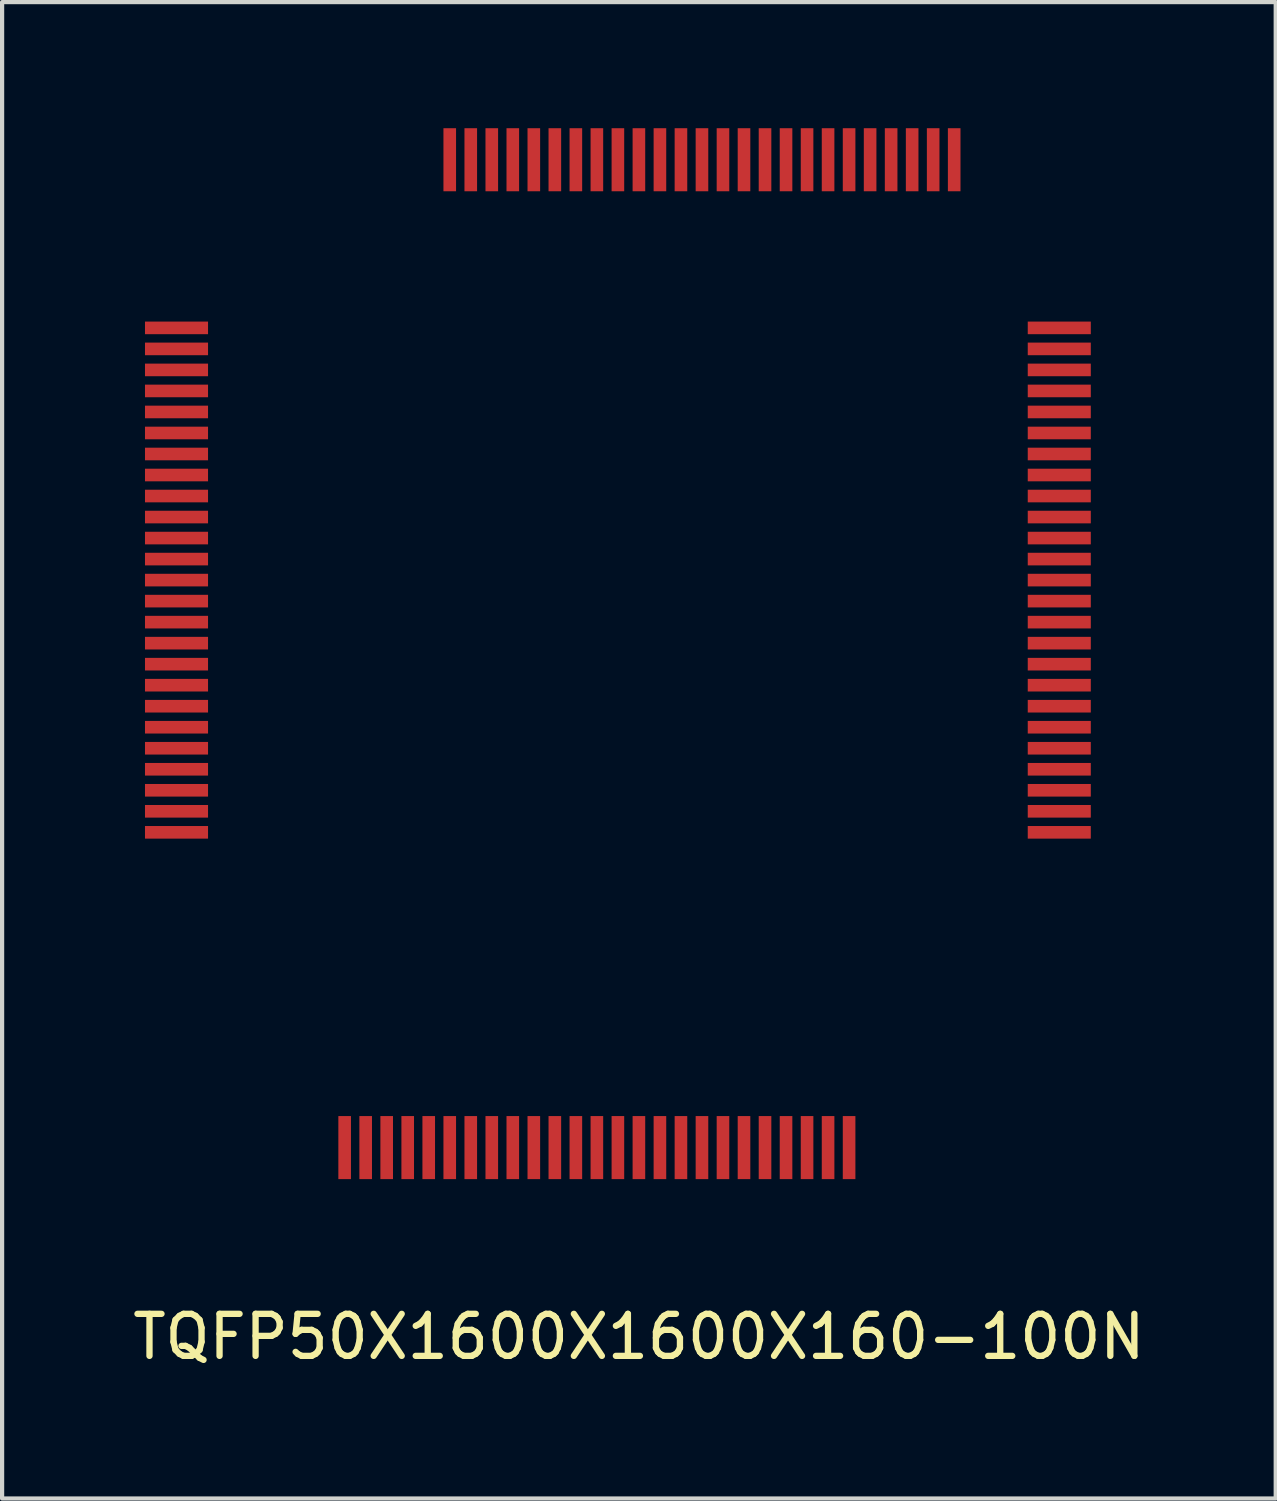
<source format=kicad_pcb>
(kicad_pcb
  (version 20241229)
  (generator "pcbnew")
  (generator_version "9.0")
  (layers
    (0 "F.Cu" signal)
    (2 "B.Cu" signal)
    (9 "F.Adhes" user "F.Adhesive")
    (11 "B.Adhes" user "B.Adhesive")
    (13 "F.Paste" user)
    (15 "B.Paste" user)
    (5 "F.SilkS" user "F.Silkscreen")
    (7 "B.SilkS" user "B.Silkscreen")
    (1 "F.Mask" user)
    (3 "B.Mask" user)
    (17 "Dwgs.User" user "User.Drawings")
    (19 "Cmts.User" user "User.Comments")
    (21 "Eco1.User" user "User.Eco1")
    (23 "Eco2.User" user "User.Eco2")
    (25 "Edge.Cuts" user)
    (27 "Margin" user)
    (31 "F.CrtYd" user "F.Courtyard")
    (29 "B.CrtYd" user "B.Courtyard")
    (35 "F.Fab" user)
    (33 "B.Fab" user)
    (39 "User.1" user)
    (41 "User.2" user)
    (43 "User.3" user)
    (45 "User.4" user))
  (footprint "TQFP50X1600X1600X160-100N"
    (layer "F.Cu")
    (at 13.149 19.75)
    (property "Reference" "TQFP50X1600X1600X160-100N" (at -1 9 0) (layer "F.SilkS") (effects (font (size 1 1) (thickness 0.15))))
    (attr through_hole)
    (pad "1" smd rect (at -12 -15 90) (size 0.3 1.5) (layers "F.Cu" "F.Mask" "F.Paste"))
    (pad "2" smd rect (at -12 -14.5 90) (size 0.3 1.5) (layers "F.Cu" "F.Mask" "F.Paste"))
    (pad "3" smd rect (at -12 -14 90) (size 0.3 1.5) (layers "F.Cu" "F.Mask" "F.Paste"))
    (pad "4" smd rect (at -12 -13.5 90) (size 0.3 1.5) (layers "F.Cu" "F.Mask" "F.Paste"))
    (pad "5" smd rect (at -12 -13 90) (size 0.3 1.5) (layers "F.Cu" "F.Mask" "F.Paste"))
    (pad "6" smd rect (at -12 -12.5 90) (size 0.3 1.5) (layers "F.Cu" "F.Mask" "F.Paste"))
    (pad "7" smd rect (at -12 -12 90) (size 0.3 1.5) (layers "F.Cu" "F.Mask" "F.Paste"))
    (pad "8" smd rect (at -12 -11.5 90) (size 0.3 1.5) (layers "F.Cu" "F.Mask" "F.Paste"))
    (pad "9" smd rect (at -12 -11 90) (size 0.3 1.5) (layers "F.Cu" "F.Mask" "F.Paste"))
    (pad "10" smd rect (at -12 -10.5 90) (size 0.3 1.5) (layers "F.Cu" "F.Mask" "F.Paste"))
    (pad "11" smd rect (at -12 -10 90) (size 0.3 1.5) (layers "F.Cu" "F.Mask" "F.Paste"))
    (pad "12" smd rect (at -12 -9.5 90) (size 0.3 1.5) (layers "F.Cu" "F.Mask" "F.Paste"))
    (pad "13" smd rect (at -12 -9 90) (size 0.3 1.5) (layers "F.Cu" "F.Mask" "F.Paste"))
    (pad "14" smd rect (at -12 -8.5 90) (size 0.3 1.5) (layers "F.Cu" "F.Mask" "F.Paste"))
    (pad "15" smd rect (at -12 -8 90) (size 0.3 1.5) (layers "F.Cu" "F.Mask" "F.Paste"))
    (pad "16" smd rect (at -12 -7.5 90) (size 0.3 1.5) (layers "F.Cu" "F.Mask" "F.Paste"))
    (pad "17" smd rect (at -12 -7 90) (size 0.3 1.5) (layers "F.Cu" "F.Mask" "F.Paste"))
    (pad "18" smd rect (at -12 -6.5 90) (size 0.3 1.5) (layers "F.Cu" "F.Mask" "F.Paste"))
    (pad "19" smd rect (at -12 -6 90) (size 0.3 1.5) (layers "F.Cu" "F.Mask" "F.Paste"))
    (pad "20" smd rect (at -12 -5.5 90) (size 0.3 1.5) (layers "F.Cu" "F.Mask" "F.Paste"))
    (pad "21" smd rect (at -12 -5 90) (size 0.3 1.5) (layers "F.Cu" "F.Mask" "F.Paste"))
    (pad "22" smd rect (at -12 -4.5 90) (size 0.3 1.5) (layers "F.Cu" "F.Mask" "F.Paste"))
    (pad "23" smd rect (at -12 -4 90) (size 0.3 1.5) (layers "F.Cu" "F.Mask" "F.Paste"))
    (pad "24" smd rect (at -12 -3.5 90) (size 0.3 1.5) (layers "F.Cu" "F.Mask" "F.Paste"))
    (pad "25" smd rect (at -12 -3 90) (size 0.3 1.5) (layers "F.Cu" "F.Mask" "F.Paste"))
    (pad "26" smd rect (at -8 4.5) (size 0.3 1.5) (layers "F.Cu" "F.Mask" "F.Paste"))
    (pad "27" smd rect (at -7.5 4.5) (size 0.3 1.5) (layers "F.Cu" "F.Mask" "F.Paste"))
    (pad "28" smd rect (at -7 4.5) (size 0.3 1.5) (layers "F.Cu" "F.Mask" "F.Paste"))
    (pad "29" smd rect (at -6.5 4.5) (size 0.3 1.5) (layers "F.Cu" "F.Mask" "F.Paste"))
    (pad "30" smd rect (at -6 4.5) (size 0.3 1.5) (layers "F.Cu" "F.Mask" "F.Paste"))
    (pad "31" smd rect (at -5.5 4.5) (size 0.3 1.5) (layers "F.Cu" "F.Mask" "F.Paste"))
    (pad "32" smd rect (at -5 4.5) (size 0.3 1.5) (layers "F.Cu" "F.Mask" "F.Paste"))
    (pad "33" smd rect (at -4.5 4.5) (size 0.3 1.5) (layers "F.Cu" "F.Mask" "F.Paste"))
    (pad "34" smd rect (at -4 4.5) (size 0.3 1.5) (layers "F.Cu" "F.Mask" "F.Paste"))
    (pad "35" smd rect (at -3.5 4.5) (size 0.3 1.5) (layers "F.Cu" "F.Mask" "F.Paste"))
    (pad "36" smd rect (at -3 4.5) (size 0.3 1.5) (layers "F.Cu" "F.Mask" "F.Paste"))
    (pad "37" smd rect (at -2.5 4.5) (size 0.3 1.5) (layers "F.Cu" "F.Mask" "F.Paste"))
    (pad "38" smd rect (at -2 4.5) (size 0.3 1.5) (layers "F.Cu" "F.Mask" "F.Paste"))
    (pad "39" smd rect (at -1.5 4.5) (size 0.3 1.5) (layers "F.Cu" "F.Mask" "F.Paste"))
    (pad "40" smd rect (at -1 4.5) (size 0.3 1.5) (layers "F.Cu" "F.Mask" "F.Paste"))
    (pad "41" smd rect (at -0.5 4.5) (size 0.3 1.5) (layers "F.Cu" "F.Mask" "F.Paste"))
    (pad "42" smd rect (at 0 4.5) (size 0.3 1.5) (layers "F.Cu" "F.Mask" "F.Paste"))
    (pad "43" smd rect (at 0.5 4.5) (size 0.3 1.5) (layers "F.Cu" "F.Mask" "F.Paste"))
    (pad "44" smd rect (at 1 4.5) (size 0.3 1.5) (layers "F.Cu" "F.Mask" "F.Paste"))
    (pad "45" smd rect (at 1.5 4.5) (size 0.3 1.5) (layers "F.Cu" "F.Mask" "F.Paste"))
    (pad "46" smd rect (at 2 4.5) (size 0.3 1.5) (layers "F.Cu" "F.Mask" "F.Paste"))
    (pad "47" smd rect (at 2.5 4.5) (size 0.3 1.5) (layers "F.Cu" "F.Mask" "F.Paste"))
    (pad "48" smd rect (at 3 4.5) (size 0.3 1.5) (layers "F.Cu" "F.Mask" "F.Paste"))
    (pad "49" smd rect (at 3.5 4.5) (size 0.3 1.5) (layers "F.Cu" "F.Mask" "F.Paste"))
    (pad "50" smd rect (at 4 4.5) (size 0.3 1.5) (layers "F.Cu" "F.Mask" "F.Paste"))
    (pad "51" smd rect (at 9 -3 90) (size 0.3 1.5) (layers "F.Cu" "F.Mask" "F.Paste"))
    (pad "52" smd rect (at 9 -3.5 90) (size 0.3 1.5) (layers "F.Cu" "F.Mask" "F.Paste"))
    (pad "53" smd rect (at 9 -4 90) (size 0.3 1.5) (layers "F.Cu" "F.Mask" "F.Paste"))
    (pad "54" smd rect (at 9 -4.5 90) (size 0.3 1.5) (layers "F.Cu" "F.Mask" "F.Paste"))
    (pad "55" smd rect (at 9 -5 90) (size 0.3 1.5) (layers "F.Cu" "F.Mask" "F.Paste"))
    (pad "56" smd rect (at 9 -5.5 90) (size 0.3 1.5) (layers "F.Cu" "F.Mask" "F.Paste"))
    (pad "57" smd rect (at 9 -6 90) (size 0.3 1.5) (layers "F.Cu" "F.Mask" "F.Paste"))
    (pad "58" smd rect (at 9 -6.5 90) (size 0.3 1.5) (layers "F.Cu" "F.Mask" "F.Paste"))
    (pad "59" smd rect (at 9 -7 90) (size 0.3 1.5) (layers "F.Cu" "F.Mask" "F.Paste"))
    (pad "60" smd rect (at 9 -7.5 90) (size 0.3 1.5) (layers "F.Cu" "F.Mask" "F.Paste"))
    (pad "61" smd rect (at 9 -8 90) (size 0.3 1.5) (layers "F.Cu" "F.Mask" "F.Paste"))
    (pad "62" smd rect (at 9 -8.5 90) (size 0.3 1.5) (layers "F.Cu" "F.Mask" "F.Paste"))
    (pad "63" smd rect (at 9 -9 90) (size 0.3 1.5) (layers "F.Cu" "F.Mask" "F.Paste"))
    (pad "64" smd rect (at 9 -9.5 90) (size 0.3 1.5) (layers "F.Cu" "F.Mask" "F.Paste"))
    (pad "65" smd rect (at 9 -10 90) (size 0.3 1.5) (layers "F.Cu" "F.Mask" "F.Paste"))
    (pad "66" smd rect (at 9 -10.5 90) (size 0.3 1.5) (layers "F.Cu" "F.Mask" "F.Paste"))
    (pad "67" smd rect (at 9 -11 90) (size 0.3 1.5) (layers "F.Cu" "F.Mask" "F.Paste"))
    (pad "68" smd rect (at 9 -11.5 90) (size 0.3 1.5) (layers "F.Cu" "F.Mask" "F.Paste"))
    (pad "69" smd rect (at 9 -12 90) (size 0.3 1.5) (layers "F.Cu" "F.Mask" "F.Paste"))
    (pad "70" smd rect (at 9 -12.5 90) (size 0.3 1.5) (layers "F.Cu" "F.Mask" "F.Paste"))
    (pad "71" smd rect (at 9 -13 90) (size 0.3 1.5) (layers "F.Cu" "F.Mask" "F.Paste"))
    (pad "72" smd rect (at 9 -13.5 90) (size 0.3 1.5) (layers "F.Cu" "F.Mask" "F.Paste"))
    (pad "73" smd rect (at 9 -14 90) (size 0.3 1.5) (layers "F.Cu" "F.Mask" "F.Paste"))
    (pad "74" smd rect (at 9 -14.5 90) (size 0.3 1.5) (layers "F.Cu" "F.Mask" "F.Paste"))
    (pad "75" smd rect (at 9 -15 90) (size 0.3 1.5) (layers "F.Cu" "F.Mask" "F.Paste"))
    (pad "76" smd rect (at 6.5 -19) (size 0.3 1.5) (layers "F.Cu" "F.Mask" "F.Paste"))
    (pad "77" smd rect (at 6 -19) (size 0.3 1.5) (layers "F.Cu" "F.Mask" "F.Paste"))
    (pad "78" smd rect (at 5.5 -19) (size 0.3 1.5) (layers "F.Cu" "F.Mask" "F.Paste"))
    (pad "79" smd rect (at 5 -19) (size 0.3 1.5) (layers "F.Cu" "F.Mask" "F.Paste"))
    (pad "80" smd rect (at 4.5 -19) (size 0.3 1.5) (layers "F.Cu" "F.Mask" "F.Paste"))
    (pad "81" smd rect (at 4 -19) (size 0.3 1.5) (layers "F.Cu" "F.Mask" "F.Paste"))
    (pad "82" smd rect (at 3.5 -19) (size 0.3 1.5) (layers "F.Cu" "F.Mask" "F.Paste"))
    (pad "83" smd rect (at 3 -19) (size 0.3 1.5) (layers "F.Cu" "F.Mask" "F.Paste"))
    (pad "84" smd rect (at 2.5 -19) (size 0.3 1.5) (layers "F.Cu" "F.Mask" "F.Paste"))
    (pad "85" smd rect (at 2 -19) (size 0.3 1.5) (layers "F.Cu" "F.Mask" "F.Paste"))
    (pad "86" smd rect (at 1.5 -19) (size 0.3 1.5) (layers "F.Cu" "F.Mask" "F.Paste"))
    (pad "87" smd rect (at 1 -19) (size 0.3 1.5) (layers "F.Cu" "F.Mask" "F.Paste"))
    (pad "88" smd rect (at 0.5 -19) (size 0.3 1.5) (layers "F.Cu" "F.Mask" "F.Paste"))
    (pad "89" smd rect (at 0 -19) (size 0.3 1.5) (layers "F.Cu" "F.Mask" "F.Paste"))
    (pad "90" smd rect (at -0.5 -19) (size 0.3 1.5) (layers "F.Cu" "F.Mask" "F.Paste"))
    (pad "91" smd rect (at -1 -19) (size 0.3 1.5) (layers "F.Cu" "F.Mask" "F.Paste"))
    (pad "92" smd rect (at -1.5 -19) (size 0.3 1.5) (layers "F.Cu" "F.Mask" "F.Paste"))
    (pad "93" smd rect (at -2 -19) (size 0.3 1.5) (layers "F.Cu" "F.Mask" "F.Paste"))
    (pad "94" smd rect (at -2.5 -19) (size 0.3 1.5) (layers "F.Cu" "F.Mask" "F.Paste"))
    (pad "95" smd rect (at -3 -19) (size 0.3 1.5) (layers "F.Cu" "F.Mask" "F.Paste"))
    (pad "96" smd rect (at -3.5 -19) (size 0.3 1.5) (layers "F.Cu" "F.Mask" "F.Paste"))
    (pad "97" smd rect (at -4 -19) (size 0.3 1.5) (layers "F.Cu" "F.Mask" "F.Paste"))
    (pad "98" smd rect (at -4.5 -19) (size 0.3 1.5) (layers "F.Cu" "F.Mask" "F.Paste"))
    (pad "99" smd rect (at -5 -19) (size 0.3 1.5) (layers "F.Cu" "F.Mask" "F.Paste"))
    (pad "100" smd rect (at -5.5 -19) (size 0.3 1.5) (layers "F.Cu" "F.Mask" "F.Paste")))
  (gr_rect
    (start -3 -3)
    (end 27.298 32.598)
    (stroke (width 0.1) (type default))
    (fill no)
    (layer "Edge.Cuts")))
</source>
